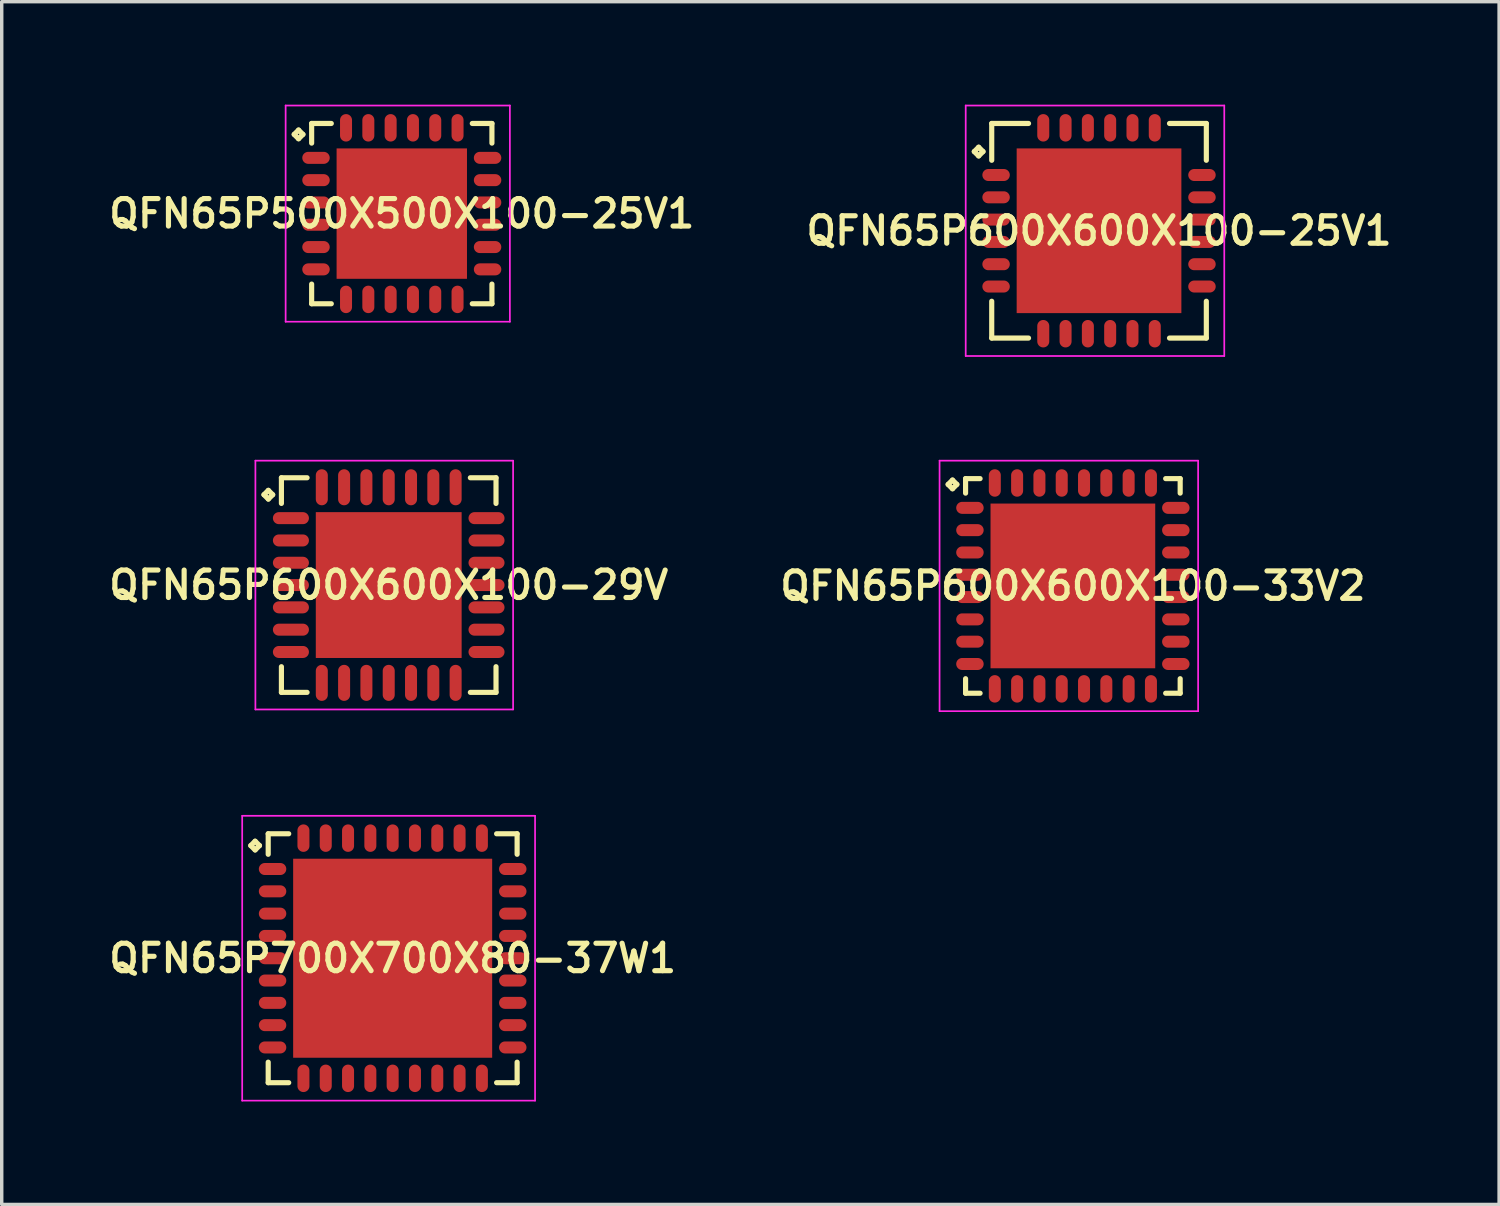
<source format=kicad_pcb>
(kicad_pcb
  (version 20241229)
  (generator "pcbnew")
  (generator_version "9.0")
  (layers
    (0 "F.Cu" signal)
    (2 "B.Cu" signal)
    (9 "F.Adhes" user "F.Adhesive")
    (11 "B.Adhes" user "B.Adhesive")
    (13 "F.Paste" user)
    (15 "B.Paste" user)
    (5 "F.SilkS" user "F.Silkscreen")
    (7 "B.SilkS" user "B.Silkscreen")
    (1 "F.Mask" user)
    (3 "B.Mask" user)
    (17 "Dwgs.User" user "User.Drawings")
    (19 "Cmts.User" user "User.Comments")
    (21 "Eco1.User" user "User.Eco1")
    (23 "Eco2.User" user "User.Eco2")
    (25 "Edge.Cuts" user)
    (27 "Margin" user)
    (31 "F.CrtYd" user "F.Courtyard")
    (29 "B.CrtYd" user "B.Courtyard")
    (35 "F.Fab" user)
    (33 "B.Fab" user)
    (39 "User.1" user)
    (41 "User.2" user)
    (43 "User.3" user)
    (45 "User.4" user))
  (footprint "QFN65P600X600X100-33V2"
    (layer "F.Cu")
    (at 28.216 14.025)
    (property "Reference" "QFN65P600X600X100-33V2" (at 0 0 0) (layer "F.SilkS") (effects (font (size 0.8 0.8) (thickness 0.15))))
    (attr smd)
    (fp_line (start -3.635 -2.958) (end -3.508 -3.085) (stroke (width 0.15) (type solid)) (layer "F.SilkS"))
    (fp_line (start -3.508 -3.085) (end -3.381 -2.958) (stroke (width 0.15) (type solid)) (layer "F.SilkS"))
    (fp_line (start -3.508 -2.831) (end -3.635 -2.958) (stroke (width 0.15) (type solid)) (layer "F.SilkS"))
    (fp_line (start -3.381 -2.958) (end -3.508 -2.831) (stroke (width 0.15) (type solid)) (layer "F.SilkS"))
    (fp_line (start -3.127 -3.127) (end -2.704 -3.127) (stroke (width 0.15) (type solid)) (layer "F.SilkS"))
    (fp_line (start -3.127 -2.704) (end -3.127 -3.127) (stroke (width 0.15) (type solid)) (layer "F.SilkS"))
    (fp_line (start -3.127 2.704) (end -3.127 3.127) (stroke (width 0.15) (type solid)) (layer "F.SilkS"))
    (fp_line (start -3.127 3.127) (end -2.704 3.127) (stroke (width 0.15) (type solid)) (layer "F.SilkS"))
    (fp_line (start 2.704 -3.127) (end 3.127 -3.127) (stroke (width 0.15) (type solid)) (layer "F.SilkS"))
    (fp_line (start 2.704 3.127) (end 3.127 3.127) (stroke (width 0.15) (type solid)) (layer "F.SilkS"))
    (fp_line (start 3.127 -3.127) (end 3.127 -2.704) (stroke (width 0.15) (type solid)) (layer "F.SilkS"))
    (fp_line (start 3.127 3.127) (end 3.127 2.704) (stroke (width 0.15) (type solid)) (layer "F.SilkS"))
    (fp_line (start -3.885 -3.65) (end 3.65 -3.65) (stroke (width 0.05) (type solid)) (layer "F.CrtYd"))
    (fp_line (start -3.885 3.65) (end -3.885 -3.65) (stroke (width 0.05) (type solid)) (layer "F.CrtYd"))
    (fp_line (start 3.65 -3.65) (end 3.65 3.65) (stroke (width 0.05) (type solid)) (layer "F.CrtYd"))
    (fp_line (start 3.65 3.65) (end -3.885 3.65) (stroke (width 0.05) (type solid)) (layer "F.CrtYd"))
    (pad "1" smd oval (at -3 -2.275) (size 0.8 0.35) (layers "F.Cu" "F.Mask" "F.Paste"))
    (pad "2" smd oval (at -3 -1.625) (size 0.8 0.35) (layers "F.Cu" "F.Mask" "F.Paste"))
    (pad "3" smd oval (at -3 -0.975) (size 0.8 0.35) (layers "F.Cu" "F.Mask" "F.Paste"))
    (pad "4" smd oval (at -3 -0.325) (size 0.8 0.35) (layers "F.Cu" "F.Mask" "F.Paste"))
    (pad "5" smd oval (at -3 0.325) (size 0.8 0.35) (layers "F.Cu" "F.Mask" "F.Paste"))
    (pad "6" smd oval (at -3 0.975) (size 0.8 0.35) (layers "F.Cu" "F.Mask" "F.Paste"))
    (pad "7" smd oval (at -3 1.625) (size 0.8 0.35) (layers "F.Cu" "F.Mask" "F.Paste"))
    (pad "8" smd oval (at -3 2.275) (size 0.8 0.35) (layers "F.Cu" "F.Mask" "F.Paste"))
    (pad "9" smd oval (at -2.275 3) (size 0.35 0.8) (layers "F.Cu" "F.Mask" "F.Paste"))
    (pad "10" smd oval (at -1.625 3) (size 0.35 0.8) (layers "F.Cu" "F.Mask" "F.Paste"))
    (pad "11" smd oval (at -0.975 3) (size 0.35 0.8) (layers "F.Cu" "F.Mask" "F.Paste"))
    (pad "12" smd oval (at -0.325 3) (size 0.35 0.8) (layers "F.Cu" "F.Mask" "F.Paste"))
    (pad "13" smd oval (at 0.325 3) (size 0.35 0.8) (layers "F.Cu" "F.Mask" "F.Paste"))
    (pad "14" smd oval (at 0.975 3) (size 0.35 0.8) (layers "F.Cu" "F.Mask" "F.Paste"))
    (pad "15" smd oval (at 1.625 3) (size 0.35 0.8) (layers "F.Cu" "F.Mask" "F.Paste"))
    (pad "16" smd oval (at 2.275 3) (size 0.35 0.8) (layers "F.Cu" "F.Mask" "F.Paste"))
    (pad "17" smd oval (at 3 2.275) (size 0.8 0.35) (layers "F.Cu" "F.Mask" "F.Paste"))
    (pad "18" smd oval (at 3 1.625) (size 0.8 0.35) (layers "F.Cu" "F.Mask" "F.Paste"))
    (pad "19" smd oval (at 3 0.975) (size 0.8 0.35) (layers "F.Cu" "F.Mask" "F.Paste"))
    (pad "20" smd oval (at 3 0.325) (size 0.8 0.35) (layers "F.Cu" "F.Mask" "F.Paste"))
    (pad "21" smd oval (at 3 -0.325) (size 0.8 0.35) (layers "F.Cu" "F.Mask" "F.Paste"))
    (pad "22" smd oval (at 3 -0.975) (size 0.8 0.35) (layers "F.Cu" "F.Mask" "F.Paste"))
    (pad "23" smd oval (at 3 -1.625) (size 0.8 0.35) (layers "F.Cu" "F.Mask" "F.Paste"))
    (pad "24" smd oval (at 3 -2.275) (size 0.8 0.35) (layers "F.Cu" "F.Mask" "F.Paste"))
    (pad "25" smd oval (at 2.275 -3) (size 0.35 0.8) (layers "F.Cu" "F.Mask" "F.Paste"))
    (pad "26" smd oval (at 1.625 -3) (size 0.35 0.8) (layers "F.Cu" "F.Mask" "F.Paste"))
    (pad "27" smd oval (at 0.975 -3) (size 0.35 0.8) (layers "F.Cu" "F.Mask" "F.Paste"))
    (pad "28" smd oval (at 0.325 -3) (size 0.35 0.8) (layers "F.Cu" "F.Mask" "F.Paste"))
    (pad "29" smd oval (at -0.325 -3) (size 0.35 0.8) (layers "F.Cu" "F.Mask" "F.Paste"))
    (pad "30" smd oval (at -0.975 -3) (size 0.35 0.8) (layers "F.Cu" "F.Mask" "F.Paste"))
    (pad "31" smd oval (at -1.625 -3) (size 0.35 0.8) (layers "F.Cu" "F.Mask" "F.Paste"))
    (pad "32" smd oval (at -2.275 -3) (size 0.35 0.8) (layers "F.Cu" "F.Mask" "F.Paste"))
    (pad "33" smd rect (at 0 0) (size 4.8 4.8) (layers "F.Cu" "F.Mask" "F.Paste")))
  (footprint "QFN65P700X700X80-37W1"
    (layer "F.Cu")
    (at 8.393 24.875)
    (property "Reference" "QFN65P700X700X80-37W1" (at 0 0 0) (layer "F.SilkS") (effects (font (size 0.8 0.8) (thickness 0.15))))
    (attr smd)
    (fp_line (start -4.135 -3.283) (end -4.008 -3.41) (stroke (width 0.15) (type solid)) (layer "F.SilkS"))
    (fp_line (start -4.008 -3.41) (end -3.881 -3.283) (stroke (width 0.15) (type solid)) (layer "F.SilkS"))
    (fp_line (start -4.008 -3.156) (end -4.135 -3.283) (stroke (width 0.15) (type solid)) (layer "F.SilkS"))
    (fp_line (start -3.881 -3.283) (end -4.008 -3.156) (stroke (width 0.15) (type solid)) (layer "F.SilkS"))
    (fp_line (start -3.627 -3.627) (end -3.029 -3.627) (stroke (width 0.15) (type solid)) (layer "F.SilkS"))
    (fp_line (start -3.627 -3.029) (end -3.627 -3.627) (stroke (width 0.15) (type solid)) (layer "F.SilkS"))
    (fp_line (start -3.627 3.029) (end -3.627 3.627) (stroke (width 0.15) (type solid)) (layer "F.SilkS"))
    (fp_line (start -3.627 3.627) (end -3.029 3.627) (stroke (width 0.15) (type solid)) (layer "F.SilkS"))
    (fp_line (start 3.029 -3.627) (end 3.627 -3.627) (stroke (width 0.15) (type solid)) (layer "F.SilkS"))
    (fp_line (start 3.029 3.627) (end 3.627 3.627) (stroke (width 0.15) (type solid)) (layer "F.SilkS"))
    (fp_line (start 3.627 -3.627) (end 3.627 -3.029) (stroke (width 0.15) (type solid)) (layer "F.SilkS"))
    (fp_line (start 3.627 3.627) (end 3.627 3.029) (stroke (width 0.15) (type solid)) (layer "F.SilkS"))
    (fp_line (start -4.385 -4.15) (end 4.15 -4.15) (stroke (width 0.05) (type solid)) (layer "F.CrtYd"))
    (fp_line (start -4.385 4.15) (end -4.385 -4.15) (stroke (width 0.05) (type solid)) (layer "F.CrtYd"))
    (fp_line (start 4.15 -4.15) (end 4.15 4.15) (stroke (width 0.05) (type solid)) (layer "F.CrtYd"))
    (fp_line (start 4.15 4.15) (end -4.385 4.15) (stroke (width 0.05) (type solid)) (layer "F.CrtYd"))
    (pad "1" smd oval (at -3.5 -2.6) (size 0.8 0.35) (layers "F.Cu" "F.Mask" "F.Paste"))
    (pad "2" smd oval (at -3.5 -1.95) (size 0.8 0.35) (layers "F.Cu" "F.Mask" "F.Paste"))
    (pad "3" smd oval (at -3.5 -1.3) (size 0.8 0.35) (layers "F.Cu" "F.Mask" "F.Paste"))
    (pad "4" smd oval (at -3.5 -0.65) (size 0.8 0.35) (layers "F.Cu" "F.Mask" "F.Paste"))
    (pad "5" smd oval (at -3.5 0) (size 0.8 0.35) (layers "F.Cu" "F.Mask" "F.Paste"))
    (pad "6" smd oval (at -3.5 0.65) (size 0.8 0.35) (layers "F.Cu" "F.Mask" "F.Paste"))
    (pad "7" smd oval (at -3.5 1.3) (size 0.8 0.35) (layers "F.Cu" "F.Mask" "F.Paste"))
    (pad "8" smd oval (at -3.5 1.95) (size 0.8 0.35) (layers "F.Cu" "F.Mask" "F.Paste"))
    (pad "9" smd oval (at -3.5 2.6) (size 0.8 0.35) (layers "F.Cu" "F.Mask" "F.Paste"))
    (pad "10" smd oval (at -2.6 3.5) (size 0.35 0.8) (layers "F.Cu" "F.Mask" "F.Paste"))
    (pad "11" smd oval (at -1.95 3.5) (size 0.35 0.8) (layers "F.Cu" "F.Mask" "F.Paste"))
    (pad "12" smd oval (at -1.3 3.5) (size 0.35 0.8) (layers "F.Cu" "F.Mask" "F.Paste"))
    (pad "13" smd oval (at -0.65 3.5) (size 0.35 0.8) (layers "F.Cu" "F.Mask" "F.Paste"))
    (pad "14" smd oval (at 0 3.5) (size 0.35 0.8) (layers "F.Cu" "F.Mask" "F.Paste"))
    (pad "15" smd oval (at 0.65 3.5) (size 0.35 0.8) (layers "F.Cu" "F.Mask" "F.Paste"))
    (pad "16" smd oval (at 1.3 3.5) (size 0.35 0.8) (layers "F.Cu" "F.Mask" "F.Paste"))
    (pad "17" smd oval (at 1.95 3.5) (size 0.35 0.8) (layers "F.Cu" "F.Mask" "F.Paste"))
    (pad "18" smd oval (at 2.6 3.5) (size 0.35 0.8) (layers "F.Cu" "F.Mask" "F.Paste"))
    (pad "19" smd oval (at 3.5 2.6) (size 0.8 0.35) (layers "F.Cu" "F.Mask" "F.Paste"))
    (pad "20" smd oval (at 3.5 1.95) (size 0.8 0.35) (layers "F.Cu" "F.Mask" "F.Paste"))
    (pad "21" smd oval (at 3.5 1.3) (size 0.8 0.35) (layers "F.Cu" "F.Mask" "F.Paste"))
    (pad "22" smd oval (at 3.5 0.65) (size 0.8 0.35) (layers "F.Cu" "F.Mask" "F.Paste"))
    (pad "23" smd oval (at 3.5 0) (size 0.8 0.35) (layers "F.Cu" "F.Mask" "F.Paste"))
    (pad "24" smd oval (at 3.5 -0.65) (size 0.8 0.35) (layers "F.Cu" "F.Mask" "F.Paste"))
    (pad "25" smd oval (at 3.5 -1.3) (size 0.8 0.35) (layers "F.Cu" "F.Mask" "F.Paste"))
    (pad "26" smd oval (at 3.5 -1.95) (size 0.8 0.35) (layers "F.Cu" "F.Mask" "F.Paste"))
    (pad "27" smd oval (at 3.5 -2.6) (size 0.8 0.35) (layers "F.Cu" "F.Mask" "F.Paste"))
    (pad "28" smd oval (at 2.6 -3.5) (size 0.35 0.8) (layers "F.Cu" "F.Mask" "F.Paste"))
    (pad "29" smd oval (at 1.95 -3.5) (size 0.35 0.8) (layers "F.Cu" "F.Mask" "F.Paste"))
    (pad "30" smd oval (at 1.3 -3.5) (size 0.35 0.8) (layers "F.Cu" "F.Mask" "F.Paste"))
    (pad "31" smd oval (at 0.65 -3.5) (size 0.35 0.8) (layers "F.Cu" "F.Mask" "F.Paste"))
    (pad "32" smd oval (at 0 -3.5) (size 0.35 0.8) (layers "F.Cu" "F.Mask" "F.Paste"))
    (pad "33" smd oval (at -0.65 -3.5) (size 0.35 0.8) (layers "F.Cu" "F.Mask" "F.Paste"))
    (pad "34" smd oval (at -1.3 -3.5) (size 0.35 0.8) (layers "F.Cu" "F.Mask" "F.Paste"))
    (pad "35" smd oval (at -1.95 -3.5) (size 0.35 0.8) (layers "F.Cu" "F.Mask" "F.Paste"))
    (pad "36" smd oval (at -2.6 -3.5) (size 0.35 0.8) (layers "F.Cu" "F.Mask" "F.Paste"))
    (pad "37" smd rect (at 0 0) (size 5.8 5.8) (layers "F.Cu" "F.Mask" "F.Paste")))
  (footprint "QFN65P600X600X100-29V"
    (layer "F.Cu")
    (at 8.278 14)
    (property "Reference" "QFN65P600X600X100-29V" (at 0 0 0) (layer "F.SilkS") (effects (font (size 0.8 0.8) (thickness 0.15))))
    (attr smd)
    (fp_line (start -3.635 -2.633) (end -3.508 -2.76) (stroke (width 0.15) (type solid)) (layer "F.SilkS"))
    (fp_line (start -3.508 -2.76) (end -3.381 -2.633) (stroke (width 0.15) (type solid)) (layer "F.SilkS"))
    (fp_line (start -3.508 -2.506) (end -3.635 -2.633) (stroke (width 0.15) (type solid)) (layer "F.SilkS"))
    (fp_line (start -3.381 -2.633) (end -3.508 -2.506) (stroke (width 0.15) (type solid)) (layer "F.SilkS"))
    (fp_line (start -3.127 -3.127) (end -2.379 -3.127) (stroke (width 0.15) (type solid)) (layer "F.SilkS"))
    (fp_line (start -3.127 -2.379) (end -3.127 -3.127) (stroke (width 0.15) (type solid)) (layer "F.SilkS"))
    (fp_line (start -3.127 2.379) (end -3.127 3.127) (stroke (width 0.15) (type solid)) (layer "F.SilkS"))
    (fp_line (start -3.127 3.127) (end -2.379 3.127) (stroke (width 0.15) (type solid)) (layer "F.SilkS"))
    (fp_line (start 2.379 -3.127) (end 3.127 -3.127) (stroke (width 0.15) (type solid)) (layer "F.SilkS"))
    (fp_line (start 2.379 3.127) (end 3.127 3.127) (stroke (width 0.15) (type solid)) (layer "F.SilkS"))
    (fp_line (start 3.127 -3.127) (end 3.127 -2.379) (stroke (width 0.15) (type solid)) (layer "F.SilkS"))
    (fp_line (start 3.127 3.127) (end 3.127 2.379) (stroke (width 0.15) (type solid)) (layer "F.SilkS"))
    (fp_line (start -3.885 -3.625) (end 3.625 -3.625) (stroke (width 0.05) (type solid)) (layer "F.CrtYd"))
    (fp_line (start -3.885 3.625) (end -3.885 -3.625) (stroke (width 0.05) (type solid)) (layer "F.CrtYd"))
    (fp_line (start 3.625 -3.625) (end 3.625 3.625) (stroke (width 0.05) (type solid)) (layer "F.CrtYd"))
    (fp_line (start 3.625 3.625) (end -3.885 3.625) (stroke (width 0.05) (type solid)) (layer "F.CrtYd"))
    (pad "1" smd oval (at -2.85 -1.95) (size 1.05 0.35) (layers "F.Cu" "F.Mask" "F.Paste"))
    (pad "2" smd oval (at -2.85 -1.3) (size 1.05 0.35) (layers "F.Cu" "F.Mask" "F.Paste"))
    (pad "3" smd oval (at -2.85 -0.65) (size 1.05 0.35) (layers "F.Cu" "F.Mask" "F.Paste"))
    (pad "4" smd oval (at -2.85 0) (size 1.05 0.35) (layers "F.Cu" "F.Mask" "F.Paste"))
    (pad "5" smd oval (at -2.85 0.65) (size 1.05 0.35) (layers "F.Cu" "F.Mask" "F.Paste"))
    (pad "6" smd oval (at -2.85 1.3) (size 1.05 0.35) (layers "F.Cu" "F.Mask" "F.Paste"))
    (pad "7" smd oval (at -2.85 1.95) (size 1.05 0.35) (layers "F.Cu" "F.Mask" "F.Paste"))
    (pad "8" smd oval (at -1.95 2.85) (size 0.35 1.05) (layers "F.Cu" "F.Mask" "F.Paste"))
    (pad "9" smd oval (at -1.3 2.85) (size 0.35 1.05) (layers "F.Cu" "F.Mask" "F.Paste"))
    (pad "10" smd oval (at -0.65 2.85) (size 0.35 1.05) (layers "F.Cu" "F.Mask" "F.Paste"))
    (pad "11" smd oval (at 0 2.85) (size 0.35 1.05) (layers "F.Cu" "F.Mask" "F.Paste"))
    (pad "12" smd oval (at 0.65 2.85) (size 0.35 1.05) (layers "F.Cu" "F.Mask" "F.Paste"))
    (pad "13" smd oval (at 1.3 2.85) (size 0.35 1.05) (layers "F.Cu" "F.Mask" "F.Paste"))
    (pad "14" smd oval (at 1.95 2.85) (size 0.35 1.05) (layers "F.Cu" "F.Mask" "F.Paste"))
    (pad "15" smd oval (at 2.85 1.95) (size 1.05 0.35) (layers "F.Cu" "F.Mask" "F.Paste"))
    (pad "16" smd oval (at 2.85 1.3) (size 1.05 0.35) (layers "F.Cu" "F.Mask" "F.Paste"))
    (pad "17" smd oval (at 2.85 0.65) (size 1.05 0.35) (layers "F.Cu" "F.Mask" "F.Paste"))
    (pad "18" smd oval (at 2.85 0) (size 1.05 0.35) (layers "F.Cu" "F.Mask" "F.Paste"))
    (pad "19" smd oval (at 2.85 -0.65) (size 1.05 0.35) (layers "F.Cu" "F.Mask" "F.Paste"))
    (pad "20" smd oval (at 2.85 -1.3) (size 1.05 0.35) (layers "F.Cu" "F.Mask" "F.Paste"))
    (pad "21" smd oval (at 2.85 -1.95) (size 1.05 0.35) (layers "F.Cu" "F.Mask" "F.Paste"))
    (pad "22" smd oval (at 1.95 -2.85) (size 0.35 1.05) (layers "F.Cu" "F.Mask" "F.Paste"))
    (pad "23" smd oval (at 1.3 -2.85) (size 0.35 1.05) (layers "F.Cu" "F.Mask" "F.Paste"))
    (pad "24" smd oval (at 0.65 -2.85) (size 0.35 1.05) (layers "F.Cu" "F.Mask" "F.Paste"))
    (pad "25" smd oval (at 0 -2.85) (size 0.35 1.05) (layers "F.Cu" "F.Mask" "F.Paste"))
    (pad "26" smd oval (at -0.65 -2.85) (size 0.35 1.05) (layers "F.Cu" "F.Mask" "F.Paste"))
    (pad "27" smd oval (at -1.3 -2.85) (size 0.35 1.05) (layers "F.Cu" "F.Mask" "F.Paste"))
    (pad "28" smd oval (at -1.95 -2.85) (size 0.35 1.05) (layers "F.Cu" "F.Mask" "F.Paste"))
    (pad "29" smd rect (at 0 0) (size 4.25 4.25) (layers "F.Cu" "F.Mask" "F.Paste")))
  (footprint "QFN65P500X500X100-25V1"
    (layer "F.Cu")
    (at 8.659 3.175)
    (property "Reference" "QFN65P500X500X100-25V1" (at 0 0 0) (layer "F.SilkS") (effects (font (size 0.8 0.8) (thickness 0.15))))
    (attr smd)
    (fp_line (start -3.135 -2.308) (end -3.008 -2.435) (stroke (width 0.15) (type solid)) (layer "F.SilkS"))
    (fp_line (start -3.008 -2.435) (end -2.881 -2.308) (stroke (width 0.15) (type solid)) (layer "F.SilkS"))
    (fp_line (start -3.008 -2.181) (end -3.135 -2.308) (stroke (width 0.15) (type solid)) (layer "F.SilkS"))
    (fp_line (start -2.881 -2.308) (end -3.008 -2.181) (stroke (width 0.15) (type solid)) (layer "F.SilkS"))
    (fp_line (start -2.627 -2.627) (end -2.054 -2.627) (stroke (width 0.15) (type solid)) (layer "F.SilkS"))
    (fp_line (start -2.627 -2.054) (end -2.627 -2.627) (stroke (width 0.15) (type solid)) (layer "F.SilkS"))
    (fp_line (start -2.627 2.054) (end -2.627 2.627) (stroke (width 0.15) (type solid)) (layer "F.SilkS"))
    (fp_line (start -2.627 2.627) (end -2.054 2.627) (stroke (width 0.15) (type solid)) (layer "F.SilkS"))
    (fp_line (start 2.054 -2.627) (end 2.627 -2.627) (stroke (width 0.15) (type solid)) (layer "F.SilkS"))
    (fp_line (start 2.054 2.627) (end 2.627 2.627) (stroke (width 0.15) (type solid)) (layer "F.SilkS"))
    (fp_line (start 2.627 -2.627) (end 2.627 -2.054) (stroke (width 0.15) (type solid)) (layer "F.SilkS"))
    (fp_line (start 2.627 2.627) (end 2.627 2.054) (stroke (width 0.15) (type solid)) (layer "F.SilkS"))
    (fp_line (start -3.385 -3.15) (end 3.15 -3.15) (stroke (width 0.05) (type solid)) (layer "F.CrtYd"))
    (fp_line (start -3.385 3.15) (end -3.385 -3.15) (stroke (width 0.05) (type solid)) (layer "F.CrtYd"))
    (fp_line (start 3.15 -3.15) (end 3.15 3.15) (stroke (width 0.05) (type solid)) (layer "F.CrtYd"))
    (fp_line (start 3.15 3.15) (end -3.385 3.15) (stroke (width 0.05) (type solid)) (layer "F.CrtYd"))
    (pad "1" smd oval (at -2.5 -1.625) (size 0.8 0.35) (layers "F.Cu" "F.Mask" "F.Paste"))
    (pad "2" smd oval (at -2.5 -0.975) (size 0.8 0.35) (layers "F.Cu" "F.Mask" "F.Paste"))
    (pad "3" smd oval (at -2.5 -0.325) (size 0.8 0.35) (layers "F.Cu" "F.Mask" "F.Paste"))
    (pad "4" smd oval (at -2.5 0.325) (size 0.8 0.35) (layers "F.Cu" "F.Mask" "F.Paste"))
    (pad "5" smd oval (at -2.5 0.975) (size 0.8 0.35) (layers "F.Cu" "F.Mask" "F.Paste"))
    (pad "6" smd oval (at -2.5 1.625) (size 0.8 0.35) (layers "F.Cu" "F.Mask" "F.Paste"))
    (pad "7" smd oval (at -1.625 2.5) (size 0.35 0.8) (layers "F.Cu" "F.Mask" "F.Paste"))
    (pad "8" smd oval (at -0.975 2.5) (size 0.35 0.8) (layers "F.Cu" "F.Mask" "F.Paste"))
    (pad "9" smd oval (at -0.325 2.5) (size 0.35 0.8) (layers "F.Cu" "F.Mask" "F.Paste"))
    (pad "10" smd oval (at 0.325 2.5) (size 0.35 0.8) (layers "F.Cu" "F.Mask" "F.Paste"))
    (pad "11" smd oval (at 0.975 2.5) (size 0.35 0.8) (layers "F.Cu" "F.Mask" "F.Paste"))
    (pad "12" smd oval (at 1.625 2.5) (size 0.35 0.8) (layers "F.Cu" "F.Mask" "F.Paste"))
    (pad "13" smd oval (at 2.5 1.625) (size 0.8 0.35) (layers "F.Cu" "F.Mask" "F.Paste"))
    (pad "14" smd oval (at 2.5 0.975) (size 0.8 0.35) (layers "F.Cu" "F.Mask" "F.Paste"))
    (pad "15" smd oval (at 2.5 0.325) (size 0.8 0.35) (layers "F.Cu" "F.Mask" "F.Paste"))
    (pad "16" smd oval (at 2.5 -0.325) (size 0.8 0.35) (layers "F.Cu" "F.Mask" "F.Paste"))
    (pad "17" smd oval (at 2.5 -0.975) (size 0.8 0.35) (layers "F.Cu" "F.Mask" "F.Paste"))
    (pad "18" smd oval (at 2.5 -1.625) (size 0.8 0.35) (layers "F.Cu" "F.Mask" "F.Paste"))
    (pad "19" smd oval (at 1.625 -2.5) (size 0.35 0.8) (layers "F.Cu" "F.Mask" "F.Paste"))
    (pad "20" smd oval (at 0.975 -2.5) (size 0.35 0.8) (layers "F.Cu" "F.Mask" "F.Paste"))
    (pad "21" smd oval (at 0.325 -2.5) (size 0.35 0.8) (layers "F.Cu" "F.Mask" "F.Paste"))
    (pad "22" smd oval (at -0.325 -2.5) (size 0.35 0.8) (layers "F.Cu" "F.Mask" "F.Paste"))
    (pad "23" smd oval (at -0.975 -2.5) (size 0.35 0.8) (layers "F.Cu" "F.Mask" "F.Paste"))
    (pad "24" smd oval (at -1.625 -2.5) (size 0.35 0.8) (layers "F.Cu" "F.Mask" "F.Paste"))
    (pad "25" smd rect (at 0 0) (size 3.8 3.8) (layers "F.Cu" "F.Mask" "F.Paste")))
  (footprint "QFN65P600X600X100-25V1"
    (layer "F.Cu")
    (at 28.978 3.675)
    (property "Reference" "QFN65P600X600X100-25V1" (at 0 0 0) (layer "F.SilkS") (effects (font (size 0.8 0.8) (thickness 0.15))))
    (attr smd)
    (fp_line (start -3.635 -2.308) (end -3.508 -2.435) (stroke (width 0.15) (type solid)) (layer "F.SilkS"))
    (fp_line (start -3.508 -2.435) (end -3.381 -2.308) (stroke (width 0.15) (type solid)) (layer "F.SilkS"))
    (fp_line (start -3.508 -2.181) (end -3.635 -2.308) (stroke (width 0.15) (type solid)) (layer "F.SilkS"))
    (fp_line (start -3.381 -2.308) (end -3.508 -2.181) (stroke (width 0.15) (type solid)) (layer "F.SilkS"))
    (fp_line (start -3.127 -3.127) (end -2.054 -3.127) (stroke (width 0.15) (type solid)) (layer "F.SilkS"))
    (fp_line (start -3.127 -2.054) (end -3.127 -3.127) (stroke (width 0.15) (type solid)) (layer "F.SilkS"))
    (fp_line (start -3.127 2.054) (end -3.127 3.127) (stroke (width 0.15) (type solid)) (layer "F.SilkS"))
    (fp_line (start -3.127 3.127) (end -2.054 3.127) (stroke (width 0.15) (type solid)) (layer "F.SilkS"))
    (fp_line (start 2.054 -3.127) (end 3.127 -3.127) (stroke (width 0.15) (type solid)) (layer "F.SilkS"))
    (fp_line (start 2.054 3.127) (end 3.127 3.127) (stroke (width 0.15) (type solid)) (layer "F.SilkS"))
    (fp_line (start 3.127 -3.127) (end 3.127 -2.054) (stroke (width 0.15) (type solid)) (layer "F.SilkS"))
    (fp_line (start 3.127 3.127) (end 3.127 2.054) (stroke (width 0.15) (type solid)) (layer "F.SilkS"))
    (fp_line (start -3.885 -3.65) (end 3.65 -3.65) (stroke (width 0.05) (type solid)) (layer "F.CrtYd"))
    (fp_line (start -3.885 3.65) (end -3.885 -3.65) (stroke (width 0.05) (type solid)) (layer "F.CrtYd"))
    (fp_line (start 3.65 -3.65) (end 3.65 3.65) (stroke (width 0.05) (type solid)) (layer "F.CrtYd"))
    (fp_line (start 3.65 3.65) (end -3.885 3.65) (stroke (width 0.05) (type solid)) (layer "F.CrtYd"))
    (pad "1" smd oval (at -3 -1.625) (size 0.8 0.35) (layers "F.Cu" "F.Mask" "F.Paste"))
    (pad "2" smd oval (at -3 -0.975) (size 0.8 0.35) (layers "F.Cu" "F.Mask" "F.Paste"))
    (pad "3" smd oval (at -3 -0.325) (size 0.8 0.35) (layers "F.Cu" "F.Mask" "F.Paste"))
    (pad "4" smd oval (at -3 0.325) (size 0.8 0.35) (layers "F.Cu" "F.Mask" "F.Paste"))
    (pad "5" smd oval (at -3 0.975) (size 0.8 0.35) (layers "F.Cu" "F.Mask" "F.Paste"))
    (pad "6" smd oval (at -3 1.625) (size 0.8 0.35) (layers "F.Cu" "F.Mask" "F.Paste"))
    (pad "7" smd oval (at -1.625 3) (size 0.35 0.8) (layers "F.Cu" "F.Mask" "F.Paste"))
    (pad "8" smd oval (at -0.975 3) (size 0.35 0.8) (layers "F.Cu" "F.Mask" "F.Paste"))
    (pad "9" smd oval (at -0.325 3) (size 0.35 0.8) (layers "F.Cu" "F.Mask" "F.Paste"))
    (pad "10" smd oval (at 0.325 3) (size 0.35 0.8) (layers "F.Cu" "F.Mask" "F.Paste"))
    (pad "11" smd oval (at 0.975 3) (size 0.35 0.8) (layers "F.Cu" "F.Mask" "F.Paste"))
    (pad "12" smd oval (at 1.625 3) (size 0.35 0.8) (layers "F.Cu" "F.Mask" "F.Paste"))
    (pad "13" smd oval (at 3 1.625) (size 0.8 0.35) (layers "F.Cu" "F.Mask" "F.Paste"))
    (pad "14" smd oval (at 3 0.975) (size 0.8 0.35) (layers "F.Cu" "F.Mask" "F.Paste"))
    (pad "15" smd oval (at 3 0.325) (size 0.8 0.35) (layers "F.Cu" "F.Mask" "F.Paste"))
    (pad "16" smd oval (at 3 -0.325) (size 0.8 0.35) (layers "F.Cu" "F.Mask" "F.Paste"))
    (pad "17" smd oval (at 3 -0.975) (size 0.8 0.35) (layers "F.Cu" "F.Mask" "F.Paste"))
    (pad "18" smd oval (at 3 -1.625) (size 0.8 0.35) (layers "F.Cu" "F.Mask" "F.Paste"))
    (pad "19" smd oval (at 1.625 -3) (size 0.35 0.8) (layers "F.Cu" "F.Mask" "F.Paste"))
    (pad "20" smd oval (at 0.975 -3) (size 0.35 0.8) (layers "F.Cu" "F.Mask" "F.Paste"))
    (pad "21" smd oval (at 0.325 -3) (size 0.35 0.8) (layers "F.Cu" "F.Mask" "F.Paste"))
    (pad "22" smd oval (at -0.325 -3) (size 0.35 0.8) (layers "F.Cu" "F.Mask" "F.Paste"))
    (pad "23" smd oval (at -0.975 -3) (size 0.35 0.8) (layers "F.Cu" "F.Mask" "F.Paste"))
    (pad "24" smd oval (at -1.625 -3) (size 0.35 0.8) (layers "F.Cu" "F.Mask" "F.Paste"))
    (pad "25" smd rect (at 0 0) (size 4.8 4.8) (layers "F.Cu" "F.Mask" "F.Paste")))
  (gr_rect
    (start -3 -3)
    (end 40.637 32.05)
    (stroke (width 0.1) (type default))
    (fill no)
    (layer "Edge.Cuts")))
</source>
